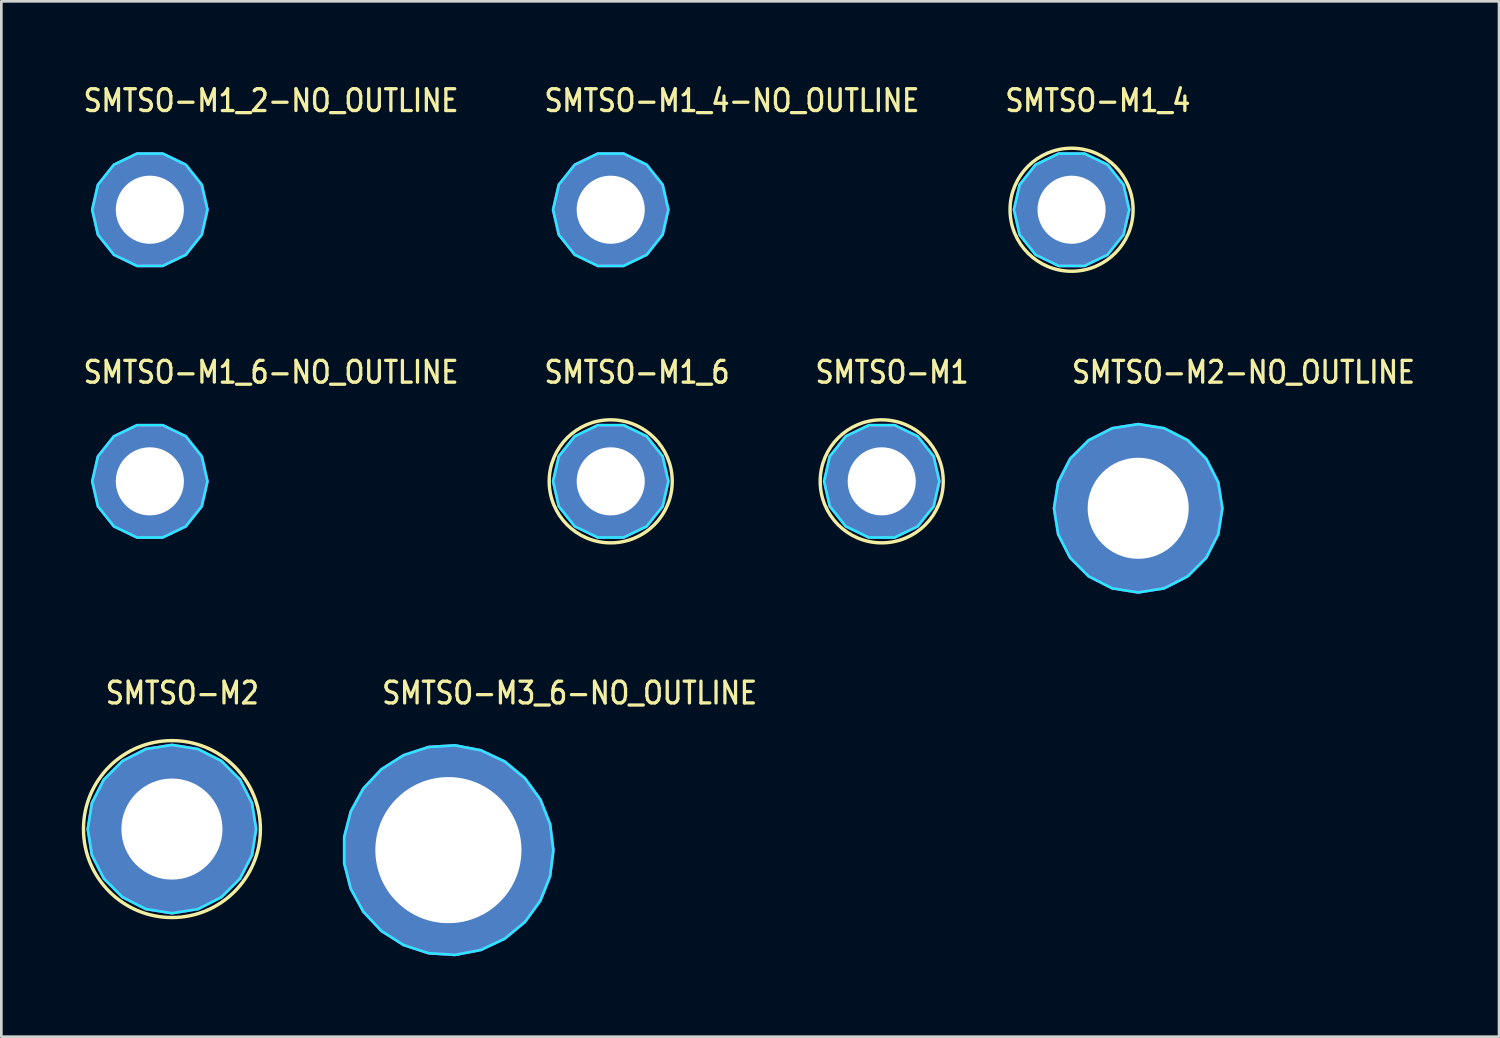
<source format=kicad_pcb>
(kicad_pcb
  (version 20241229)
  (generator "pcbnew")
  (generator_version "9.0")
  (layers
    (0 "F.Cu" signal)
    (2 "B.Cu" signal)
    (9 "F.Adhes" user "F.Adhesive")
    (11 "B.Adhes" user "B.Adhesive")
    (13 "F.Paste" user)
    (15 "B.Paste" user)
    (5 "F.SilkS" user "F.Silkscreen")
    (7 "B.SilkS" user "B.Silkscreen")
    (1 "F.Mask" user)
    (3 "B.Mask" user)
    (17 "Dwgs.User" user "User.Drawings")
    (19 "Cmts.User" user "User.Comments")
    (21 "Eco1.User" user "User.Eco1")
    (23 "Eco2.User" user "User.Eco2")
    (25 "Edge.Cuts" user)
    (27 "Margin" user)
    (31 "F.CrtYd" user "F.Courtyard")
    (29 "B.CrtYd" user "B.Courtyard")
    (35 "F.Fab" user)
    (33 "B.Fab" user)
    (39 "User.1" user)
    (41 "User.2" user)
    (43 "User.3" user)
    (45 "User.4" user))
  (footprint "SMTSO-M1_2-NO_OUTLINE"
    (layer "F.Cu")
    (at 2.54 4.774)
    (property "Reference" "SMTSO-M1_2-NO_OUTLINE" (at -2.54 -3.595 0) (unlocked yes) (layer "F.SilkS") (effects (font (size 0.813 0.695) (thickness 0.122)) (justify left bottom)))
    (fp_poly (pts (xy -1.946 -0.538) (xy 1.946 -0.538) (xy 1.234 -0.538) (xy -1.234 -0.538)) (stroke (width 0.076) (type solid)) (fill yes) (layer "F.Paste"))
    (fp_poly (pts (xy 1.946 0.538) (xy -1.946 0.538) (xy -1.234 0.538) (xy 1.234 0.538)) (stroke (width 0.076) (type solid)) (fill yes) (layer "F.Paste"))
    (fp_poly (pts (xy 2.149 0) (xy 1.936 -0.932) (xy 1.34 -1.68) (xy 0.478 -2.095) (xy -0.478 -2.095) (xy -1.34 -1.68) (xy -1.936 -0.932) (xy -2.149 0) (xy -1.936 0.932) (xy -1.34 1.68) (xy -0.478 2.095) (xy 0.478 2.095) (xy 1.34 1.68) (xy 1.936 0.932)) (stroke (width 0.1) (type solid)) (fill no) (layer "B.CrtYd"))
    (fp_poly (pts (xy 2.149 0) (xy 1.936 -0.932) (xy 1.34 -1.68) (xy 0.478 -2.095) (xy -0.478 -2.095) (xy -1.34 -1.68) (xy -1.936 -0.932) (xy -2.149 0) (xy -1.936 0.932) (xy -1.34 1.68) (xy -0.478 2.095) (xy 0.478 2.095) (xy 1.34 1.68) (xy 1.936 0.932)) (stroke (width 0.1) (type solid)) (fill no) (layer "F.CrtYd"))
    (pad "1" thru_hole oval (at 0 0) (size 4.19 4.19) (drill 2.54) (layers "*.Cu" "*.Mask")))
  (footprint "SMTSO-M1_6"
    (layer "F.Cu")
    (at 19.732 14.906)
    (property "Reference" "SMTSO-M1_6" (at -2.54 -3.595 0) (unlocked yes) (layer "F.SilkS") (effects (font (size 0.813 0.695) (thickness 0.122)) (justify left bottom)))
    (fp_circle (center 0 0) (end 2.295 0) (stroke (width 0.127) (type solid)) (fill no) (layer "F.SilkS"))
    (fp_poly (pts (xy -1.946 -0.538) (xy 1.946 -0.538) (xy 1.234 -0.538) (xy -1.234 -0.538)) (stroke (width 0.076) (type solid)) (fill yes) (layer "F.Paste"))
    (fp_poly (pts (xy 1.946 0.538) (xy -1.946 0.538) (xy -1.234 0.538) (xy 1.234 0.538)) (stroke (width 0.076) (type solid)) (fill yes) (layer "F.Paste"))
    (fp_poly (pts (xy 2.149 0) (xy 1.936 -0.932) (xy 1.34 -1.68) (xy 0.478 -2.095) (xy -0.478 -2.095) (xy -1.34 -1.68) (xy -1.936 -0.932) (xy -2.149 0) (xy -1.936 0.932) (xy -1.34 1.68) (xy -0.478 2.095) (xy 0.478 2.095) (xy 1.34 1.68) (xy 1.936 0.932)) (stroke (width 0.1) (type solid)) (fill no) (layer "B.CrtYd"))
    (fp_poly (pts (xy 2.149 0) (xy 1.936 -0.932) (xy 1.34 -1.68) (xy 0.478 -2.095) (xy -0.478 -2.095) (xy -1.34 -1.68) (xy -1.936 -0.932) (xy -2.149 0) (xy -1.936 0.932) (xy -1.34 1.68) (xy -0.478 2.095) (xy 0.478 2.095) (xy 1.34 1.68) (xy 1.936 0.932)) (stroke (width 0.1) (type solid)) (fill no) (layer "F.CrtYd"))
    (pad "1" thru_hole oval (at 0 0) (size 4.19 4.19) (drill 2.54) (layers "*.Cu" "*.Mask")))
  (footprint "SMTSO-M1_4"
    (layer "F.Cu")
    (at 36.924 4.774)
    (property "Reference" "SMTSO-M1_4" (at -2.54 -3.595 0) (unlocked yes) (layer "F.SilkS") (effects (font (size 0.813 0.695) (thickness 0.122)) (justify left bottom)))
    (fp_circle (center 0 0) (end 2.295 0) (stroke (width 0.127) (type solid)) (fill no) (layer "F.SilkS"))
    (fp_poly (pts (xy -1.946 -0.538) (xy 1.946 -0.538) (xy 1.234 -0.538) (xy -1.234 -0.538)) (stroke (width 0.076) (type solid)) (fill yes) (layer "F.Paste"))
    (fp_poly (pts (xy 1.946 0.538) (xy -1.946 0.538) (xy -1.234 0.538) (xy 1.234 0.538)) (stroke (width 0.076) (type solid)) (fill yes) (layer "F.Paste"))
    (fp_poly (pts (xy 2.149 0) (xy 1.936 -0.932) (xy 1.34 -1.68) (xy 0.478 -2.095) (xy -0.478 -2.095) (xy -1.34 -1.68) (xy -1.936 -0.932) (xy -2.149 0) (xy -1.936 0.932) (xy -1.34 1.68) (xy -0.478 2.095) (xy 0.478 2.095) (xy 1.34 1.68) (xy 1.936 0.932)) (stroke (width 0.1) (type solid)) (fill no) (layer "B.CrtYd"))
    (fp_poly (pts (xy 2.149 0) (xy 1.936 -0.932) (xy 1.34 -1.68) (xy 0.478 -2.095) (xy -0.478 -2.095) (xy -1.34 -1.68) (xy -1.936 -0.932) (xy -2.149 0) (xy -1.936 0.932) (xy -1.34 1.68) (xy -0.478 2.095) (xy 0.478 2.095) (xy 1.34 1.68) (xy 1.936 0.932)) (stroke (width 0.1) (type solid)) (fill no) (layer "F.CrtYd"))
    (pad "1" thru_hole oval (at 0 0) (size 4.19 4.19) (drill 2.54) (layers "*.Cu" "*.Mask")))
  (footprint "SMTSO-M1_4-NO_OUTLINE"
    (layer "F.Cu")
    (at 19.732 4.774)
    (property "Reference" "SMTSO-M1_4-NO_OUTLINE" (at -2.54 -3.595 0) (unlocked yes) (layer "F.SilkS") (effects (font (size 0.813 0.695) (thickness 0.122)) (justify left bottom)))
    (fp_poly (pts (xy -1.946 -0.538) (xy 1.946 -0.538) (xy 1.234 -0.538) (xy -1.234 -0.538)) (stroke (width 0.076) (type solid)) (fill yes) (layer "F.Paste"))
    (fp_poly (pts (xy 1.946 0.538) (xy -1.946 0.538) (xy -1.234 0.538) (xy 1.234 0.538)) (stroke (width 0.076) (type solid)) (fill yes) (layer "F.Paste"))
    (fp_poly (pts (xy 2.149 0) (xy 1.936 -0.932) (xy 1.34 -1.68) (xy 0.478 -2.095) (xy -0.478 -2.095) (xy -1.34 -1.68) (xy -1.936 -0.932) (xy -2.149 0) (xy -1.936 0.932) (xy -1.34 1.68) (xy -0.478 2.095) (xy 0.478 2.095) (xy 1.34 1.68) (xy 1.936 0.932)) (stroke (width 0.1) (type solid)) (fill no) (layer "B.CrtYd"))
    (fp_poly (pts (xy 2.149 0) (xy 1.936 -0.932) (xy 1.34 -1.68) (xy 0.478 -2.095) (xy -0.478 -2.095) (xy -1.34 -1.68) (xy -1.936 -0.932) (xy -2.149 0) (xy -1.936 0.932) (xy -1.34 1.68) (xy -0.478 2.095) (xy 0.478 2.095) (xy 1.34 1.68) (xy 1.936 0.932)) (stroke (width 0.1) (type solid)) (fill no) (layer "F.CrtYd"))
    (pad "1" thru_hole oval (at 0 0) (size 4.19 4.19) (drill 2.54) (layers "*.Cu" "*.Mask")))
  (footprint "SMTSO-M3_6-NO_OUTLINE"
    (layer "F.Cu")
    (at 13.677 28.663)
    (property "Reference" "SMTSO-M3_6-NO_OUTLINE" (at -2.54 -5.385 0) (unlocked yes) (layer "F.SilkS") (effects (font (size 0.813 0.695) (thickness 0.122)) (justify left bottom)))
    (fp_poly (pts (xy -3.771 -0.538) (xy 3.771 -0.538) (xy 2.749 -0.538) (xy -2.749 -0.538)) (stroke (width 0.076) (type solid)) (fill yes) (layer "F.Paste"))
    (fp_poly (pts (xy 3.771 0.538) (xy -3.771 0.538) (xy -2.749 0.538) (xy 2.749 0.538)) (stroke (width 0.076) (type solid)) (fill yes) (layer "F.Paste"))
    (fp_poly (pts (xy 3.916 0) (xy 3.793 -0.974) (xy 3.432 -1.886) (xy 2.855 -2.681) (xy 2.098 -3.306) (xy 1.21 -3.724) (xy 0.246 -3.908) (xy -0.734 -3.847) (xy -1.667 -3.543) (xy -2.496 -3.017) (xy -3.168 -2.302) (xy -3.641 -1.442) (xy -3.885 -0.491) (xy -3.885 0.491) (xy -3.641 1.442) (xy -3.168 2.302) (xy -2.496 3.017) (xy -1.667 3.543) (xy -0.734 3.847) (xy 0.246 3.908) (xy 1.21 3.724) (xy 2.098 3.306) (xy 2.855 2.681) (xy 3.432 1.886) (xy 3.793 0.974)) (stroke (width 0.1) (type solid)) (fill no) (layer "B.CrtYd"))
    (fp_poly (pts (xy 3.916 0) (xy 3.793 -0.974) (xy 3.432 -1.886) (xy 2.855 -2.681) (xy 2.098 -3.306) (xy 1.21 -3.724) (xy 0.246 -3.908) (xy -0.734 -3.847) (xy -1.667 -3.543) (xy -2.496 -3.017) (xy -3.168 -2.302) (xy -3.641 -1.442) (xy -3.885 -0.491) (xy -3.885 0.491) (xy -3.641 1.442) (xy -3.168 2.302) (xy -2.496 3.017) (xy -1.667 3.543) (xy -0.734 3.847) (xy 0.246 3.908) (xy 1.21 3.724) (xy 2.098 3.306) (xy 2.855 2.681) (xy 3.432 1.886) (xy 3.793 0.974)) (stroke (width 0.1) (type solid)) (fill no) (layer "F.CrtYd"))
    (pad "1" thru_hole oval (at 0 0) (size 7.77 7.77) (drill 5.45) (layers "*.Cu" "*.Mask")))
  (footprint "SMTSO-M2-NO_OUTLINE"
    (layer "F.Cu")
    (at 39.409 15.911)
    (property "Reference" "SMTSO-M2-NO_OUTLINE" (at -2.54 -4.6 0) (unlocked yes) (layer "F.SilkS") (effects (font (size 0.813 0.695) (thickness 0.122)) (justify left bottom)))
    (fp_poly (pts (xy -2.976 -0.538) (xy 2.976 -0.538) (xy 1.886 -0.538) (xy -1.886 -0.538)) (stroke (width 0.076) (type solid)) (fill yes) (layer "F.Paste"))
    (fp_poly (pts (xy 2.976 0.538) (xy -2.976 0.538) (xy -1.886 0.538) (xy 1.886 0.538)) (stroke (width 0.076) (type solid)) (fill yes) (layer "F.Paste"))
    (fp_poly (pts (xy 3.139 0) (xy 2.985 -0.97) (xy 2.539 -1.845) (xy 1.845 -2.539) (xy 0.97 -2.985) (xy 0 -3.139) (xy -0.97 -2.985) (xy -1.845 -2.539) (xy -2.539 -1.845) (xy -2.985 -0.97) (xy -3.139 0) (xy -2.985 0.97) (xy -2.539 1.845) (xy -1.845 2.539) (xy -0.97 2.985) (xy 0 3.139) (xy 0.97 2.985) (xy 1.845 2.539) (xy 2.539 1.845) (xy 2.985 0.97)) (stroke (width 0.1) (type solid)) (fill no) (layer "B.CrtYd"))
    (fp_poly (pts (xy 3.139 0) (xy 2.985 -0.97) (xy 2.539 -1.845) (xy 1.845 -2.539) (xy 0.97 -2.985) (xy 0 -3.139) (xy -0.97 -2.985) (xy -1.845 -2.539) (xy -2.539 -1.845) (xy -2.985 -0.97) (xy -3.139 0) (xy -2.985 0.97) (xy -2.539 1.845) (xy -1.845 2.539) (xy -0.97 2.985) (xy 0 3.139) (xy 0.97 2.985) (xy 1.845 2.539) (xy 2.539 1.845) (xy 2.985 0.97)) (stroke (width 0.1) (type solid)) (fill no) (layer "F.CrtYd"))
    (pad "1" thru_hole oval (at 0 0) (size 6.2 6.2) (drill 3.77) (layers "*.Cu" "*.Mask")))
  (footprint "SMTSO-M2"
    (layer "F.Cu")
    (at 3.364 27.878)
    (property "Reference" "SMTSO-M2" (at -2.54 -4.6 0) (unlocked yes) (layer "F.SilkS") (effects (font (size 0.813 0.695) (thickness 0.122)) (justify left bottom)))
    (fp_circle (center 0 0) (end 3.3 0) (stroke (width 0.127) (type solid)) (fill no) (layer "F.SilkS"))
    (fp_poly (pts (xy -2.976 -0.538) (xy 2.976 -0.538) (xy 1.886 -0.538) (xy -1.886 -0.538)) (stroke (width 0.076) (type solid)) (fill yes) (layer "F.Paste"))
    (fp_poly (pts (xy 2.976 0.538) (xy -2.976 0.538) (xy -1.886 0.538) (xy 1.886 0.538)) (stroke (width 0.076) (type solid)) (fill yes) (layer "F.Paste"))
    (fp_poly (pts (xy 3.139 0) (xy 2.985 -0.97) (xy 2.539 -1.845) (xy 1.845 -2.539) (xy 0.97 -2.985) (xy 0 -3.139) (xy -0.97 -2.985) (xy -1.845 -2.539) (xy -2.539 -1.845) (xy -2.985 -0.97) (xy -3.139 0) (xy -2.985 0.97) (xy -2.539 1.845) (xy -1.845 2.539) (xy -0.97 2.985) (xy 0 3.139) (xy 0.97 2.985) (xy 1.845 2.539) (xy 2.539 1.845) (xy 2.985 0.97)) (stroke (width 0.1) (type solid)) (fill no) (layer "B.CrtYd"))
    (fp_poly (pts (xy 3.139 0) (xy 2.985 -0.97) (xy 2.539 -1.845) (xy 1.845 -2.539) (xy 0.97 -2.985) (xy 0 -3.139) (xy -0.97 -2.985) (xy -1.845 -2.539) (xy -2.539 -1.845) (xy -2.985 -0.97) (xy -3.139 0) (xy -2.985 0.97) (xy -2.539 1.845) (xy -1.845 2.539) (xy -0.97 2.985) (xy 0 3.139) (xy 0.97 2.985) (xy 1.845 2.539) (xy 2.539 1.845) (xy 2.985 0.97)) (stroke (width 0.1) (type solid)) (fill no) (layer "F.CrtYd"))
    (pad "1" thru_hole oval (at 0 0) (size 6.2 6.2) (drill 3.77) (layers "*.Cu" "*.Mask")))
  (footprint "SMTSO-M1"
    (layer "F.Cu")
    (at 29.842 14.906)
    (property "Reference" "SMTSO-M1" (at -2.54 -3.595 0) (unlocked yes) (layer "F.SilkS") (effects (font (size 0.813 0.695) (thickness 0.122)) (justify left bottom)))
    (fp_circle (center 0 0) (end 2.295 0) (stroke (width 0.127) (type solid)) (fill no) (layer "F.SilkS"))
    (fp_poly (pts (xy -1.946 -0.538) (xy 1.946 -0.538) (xy 1.234 -0.538) (xy -1.234 -0.538)) (stroke (width 0.076) (type solid)) (fill yes) (layer "F.Paste"))
    (fp_poly (pts (xy 1.946 0.538) (xy -1.946 0.538) (xy -1.234 0.538) (xy 1.234 0.538)) (stroke (width 0.076) (type solid)) (fill yes) (layer "F.Paste"))
    (fp_poly (pts (xy 2.149 0) (xy 1.936 -0.932) (xy 1.34 -1.68) (xy 0.478 -2.095) (xy -0.478 -2.095) (xy -1.34 -1.68) (xy -1.936 -0.932) (xy -2.149 0) (xy -1.936 0.932) (xy -1.34 1.68) (xy -0.478 2.095) (xy 0.478 2.095) (xy 1.34 1.68) (xy 1.936 0.932)) (stroke (width 0.1) (type solid)) (fill no) (layer "B.CrtYd"))
    (fp_poly (pts (xy 2.149 0) (xy 1.936 -0.932) (xy 1.34 -1.68) (xy 0.478 -2.095) (xy -0.478 -2.095) (xy -1.34 -1.68) (xy -1.936 -0.932) (xy -2.149 0) (xy -1.936 0.932) (xy -1.34 1.68) (xy -0.478 2.095) (xy 0.478 2.095) (xy 1.34 1.68) (xy 1.936 0.932)) (stroke (width 0.1) (type solid)) (fill no) (layer "F.CrtYd"))
    (pad "1" thru_hole oval (at 0 0) (size 4.19 4.19) (drill 2.54) (layers "*.Cu" "*.Mask")))
  (footprint "SMTSO-M1_6-NO_OUTLINE"
    (layer "F.Cu")
    (at 2.54 14.906)
    (property "Reference" "SMTSO-M1_6-NO_OUTLINE" (at -2.54 -3.595 0) (unlocked yes) (layer "F.SilkS") (effects (font (size 0.813 0.695) (thickness 0.122)) (justify left bottom)))
    (fp_poly (pts (xy -1.946 -0.538) (xy 1.946 -0.538) (xy 1.234 -0.538) (xy -1.234 -0.538)) (stroke (width 0.076) (type solid)) (fill yes) (layer "F.Paste"))
    (fp_poly (pts (xy 1.946 0.538) (xy -1.946 0.538) (xy -1.234 0.538) (xy 1.234 0.538)) (stroke (width 0.076) (type solid)) (fill yes) (layer "F.Paste"))
    (fp_poly (pts (xy 2.149 0) (xy 1.936 -0.932) (xy 1.34 -1.68) (xy 0.478 -2.095) (xy -0.478 -2.095) (xy -1.34 -1.68) (xy -1.936 -0.932) (xy -2.149 0) (xy -1.936 0.932) (xy -1.34 1.68) (xy -0.478 2.095) (xy 0.478 2.095) (xy 1.34 1.68) (xy 1.936 0.932)) (stroke (width 0.1) (type solid)) (fill no) (layer "B.CrtYd"))
    (fp_poly (pts (xy 2.149 0) (xy 1.936 -0.932) (xy 1.34 -1.68) (xy 0.478 -2.095) (xy -0.478 -2.095) (xy -1.34 -1.68) (xy -1.936 -0.932) (xy -2.149 0) (xy -1.936 0.932) (xy -1.34 1.68) (xy -0.478 2.095) (xy 0.478 2.095) (xy 1.34 1.68) (xy 1.936 0.932)) (stroke (width 0.1) (type solid)) (fill no) (layer "F.CrtYd"))
    (pad "1" thru_hole oval (at 0 0) (size 4.19 4.19) (drill 2.54) (layers "*.Cu" "*.Mask")))
  (gr_rect
    (start -3 -3)
    (end 52.87 35.621)
    (stroke (width 0.1) (type default))
    (fill no)
    (layer "Edge.Cuts")))
</source>
